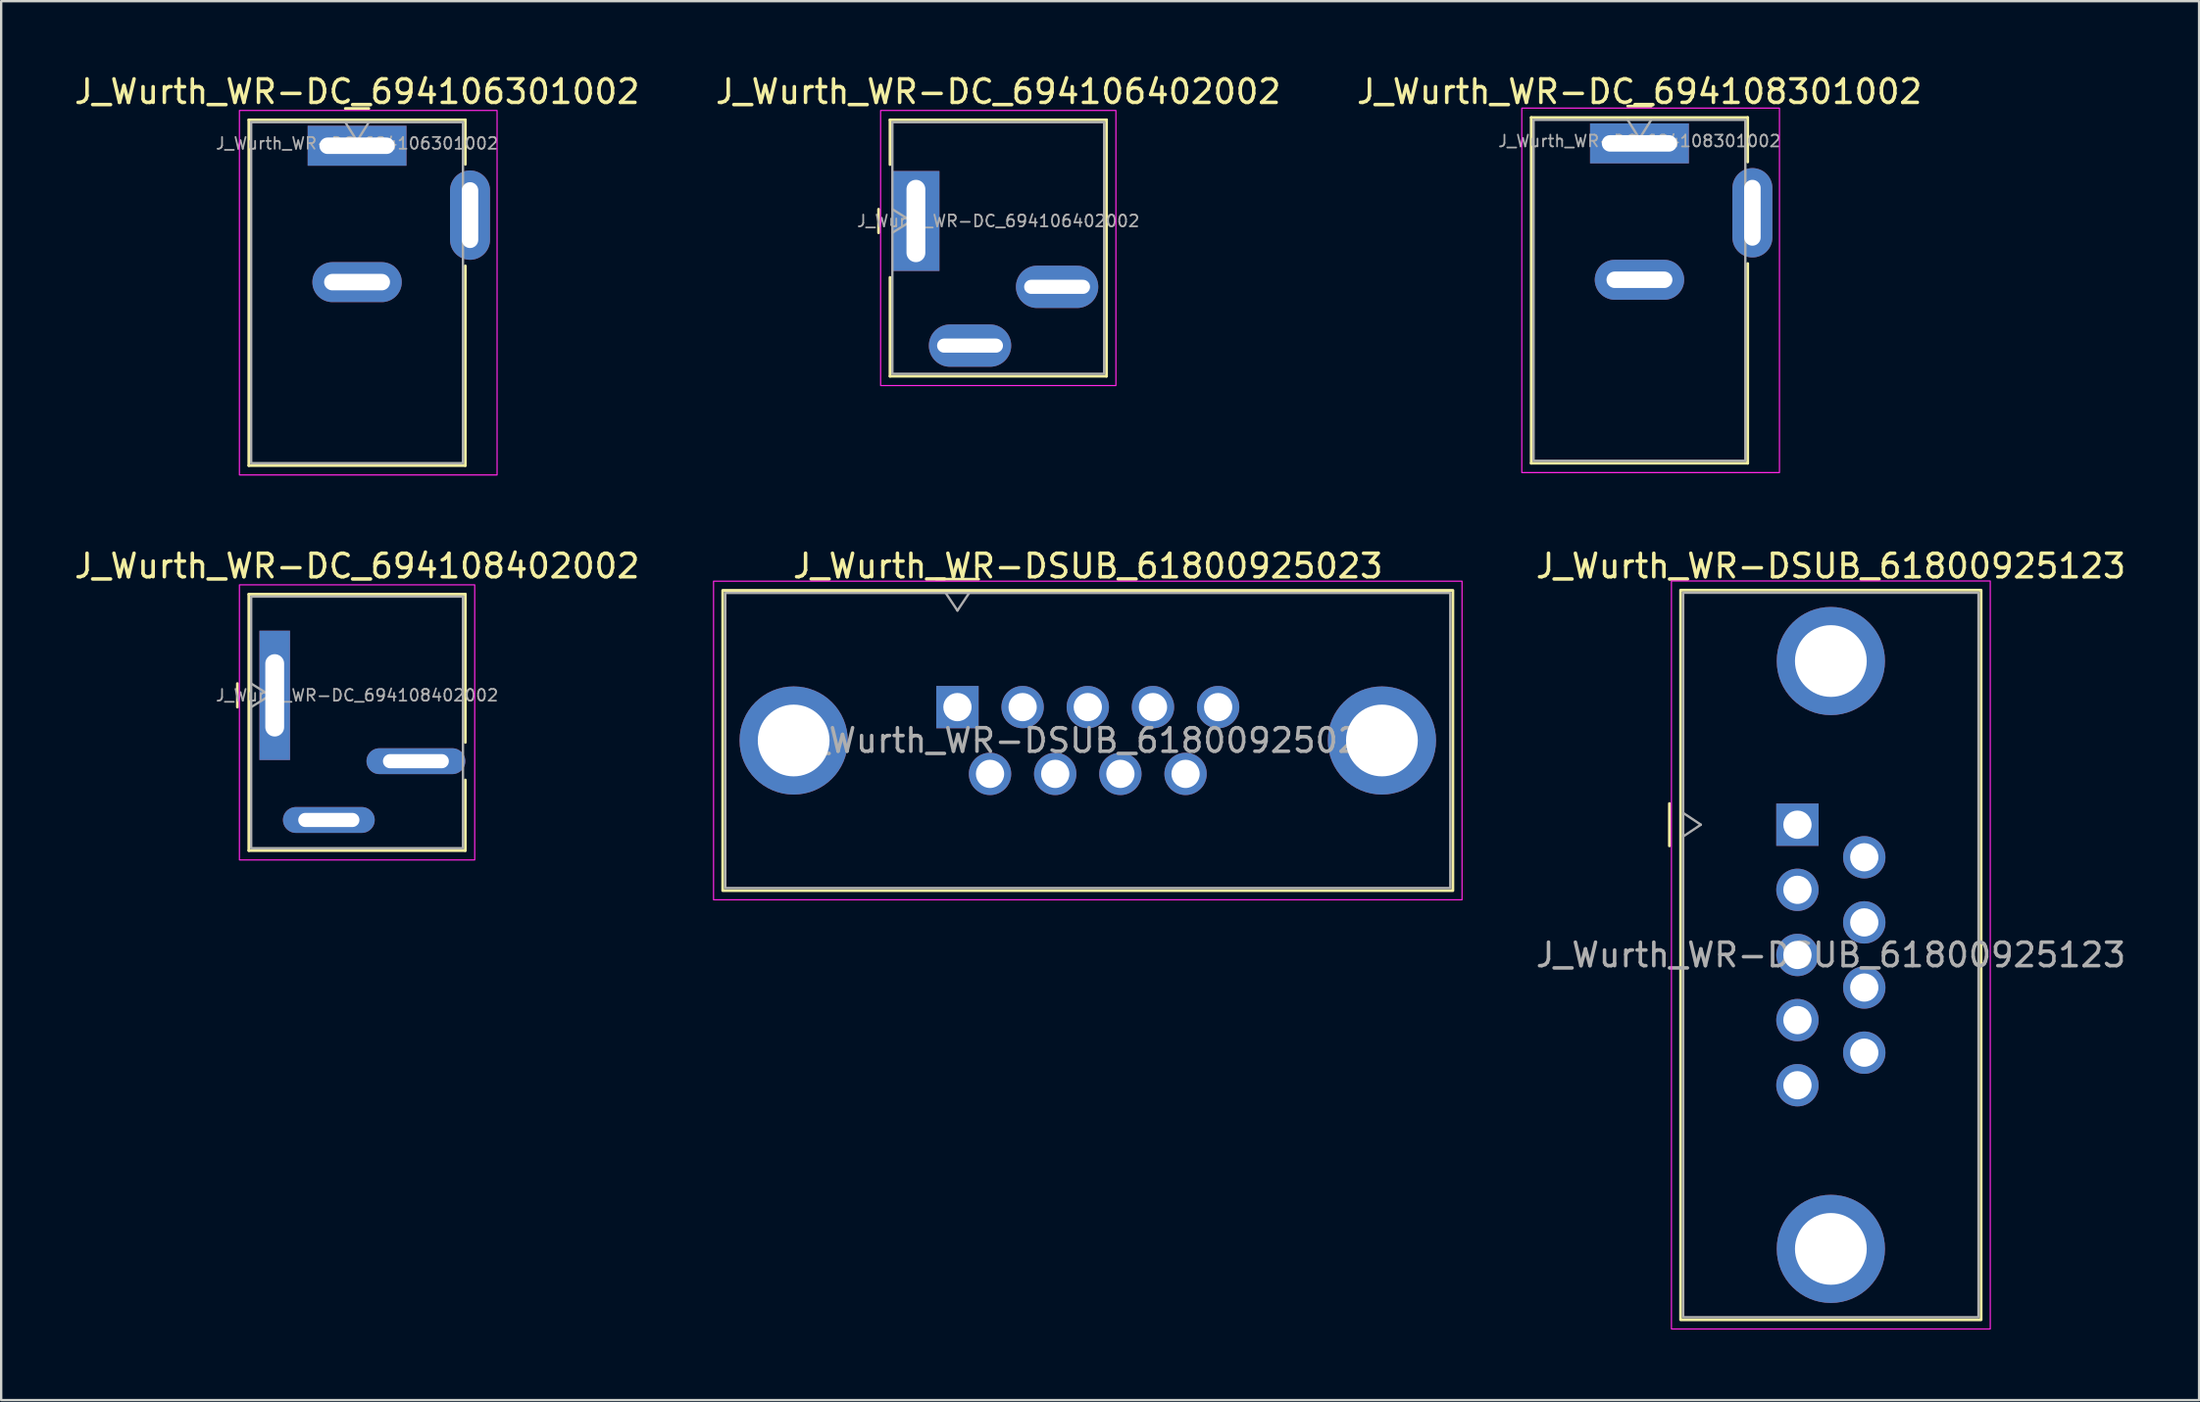
<source format=kicad_pcb>
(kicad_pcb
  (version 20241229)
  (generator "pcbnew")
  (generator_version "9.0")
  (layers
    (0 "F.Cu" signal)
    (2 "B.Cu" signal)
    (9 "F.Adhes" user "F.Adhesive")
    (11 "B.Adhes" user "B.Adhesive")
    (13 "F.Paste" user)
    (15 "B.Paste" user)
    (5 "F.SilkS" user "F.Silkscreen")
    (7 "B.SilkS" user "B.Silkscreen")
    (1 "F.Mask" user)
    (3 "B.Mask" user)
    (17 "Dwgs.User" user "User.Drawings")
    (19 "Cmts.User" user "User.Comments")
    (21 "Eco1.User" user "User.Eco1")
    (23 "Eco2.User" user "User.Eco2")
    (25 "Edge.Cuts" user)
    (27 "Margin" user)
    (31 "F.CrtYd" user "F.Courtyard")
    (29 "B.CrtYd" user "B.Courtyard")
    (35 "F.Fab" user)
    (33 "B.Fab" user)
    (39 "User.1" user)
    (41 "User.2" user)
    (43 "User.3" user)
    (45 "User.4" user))
  (footprint "J_Wurth_WR-DC_694108301002"
    (layer "F.Cu")
    (at 66.625 3.048)
    (property "Reference" "J_Wurth_WR-DC_694108301002" (at 0 -2.2 0) (unlocked yes) (layer "F.SilkS") (effects (font (size 1 1) (thickness 0.15))))
    (attr smd)
    (fp_line (start -4.6 -1.1) (end -4.6 13.6) (stroke (width 0.12) (type solid)) (layer "F.SilkS"))
    (fp_line (start -4.6 -1.1) (end 4.6 -1.1) (stroke (width 0.12) (type default)) (layer "F.SilkS"))
    (fp_line (start -4.6 13.6) (end 4.6 13.6) (stroke (width 0.12) (type solid)) (layer "F.SilkS"))
    (fp_line (start -0.5 -1.585) (end 0.5 -1.585) (stroke (width 0.12) (type default)) (layer "F.SilkS"))
    (fp_line (start 4.6 -1.1) (end 4.6 0.79) (stroke (width 0.12) (type solid)) (layer "F.SilkS"))
    (fp_line (start 4.6 5.11) (end 4.6 13.6) (stroke (width 0.12) (type solid)) (layer "F.SilkS"))
    (fp_rect (start -5 -1.5) (end 5.95 14) (stroke (width 0.05) (type default)) (fill no) (layer "F.CrtYd"))
    (fp_line (start -0.5 -1) (end 0 -0.2) (stroke (width 0.1) (type default)) (layer "F.Fab"))
    (fp_line (start 0.5 -1) (end 0 -0.2) (stroke (width 0.1) (type default)) (layer "F.Fab"))
    (fp_rect (start -4.5 -1) (end 4.5 13.5) (stroke (width 0.1) (type default)) (fill no) (layer "F.Fab"))
    (fp_text user "${REFERENCE}" (at 0 -0.1 0) (unlocked yes) (layer "F.Fab") (effects (font (size 0.5 0.5) (thickness 0.075))))
    (pad "1" thru_hole rect (at 0 0) (size 4.2 1.7) (drill oval 3.2 0.7) (layers "*.Cu" "*.Mask"))
    (pad "2" thru_hole oval (at 0 5.8) (size 3.8 1.7) (drill oval 2.8 0.7) (layers "*.Cu" "*.Mask"))
    (pad "3" thru_hole oval (at 4.8 2.95) (size 1.7 3.8) (drill oval 0.7 2.8) (layers "*.Cu" "*.Mask")))
  (footprint "J_Wurth_WR-DC_694106301002"
    (layer "F.Cu")
    (at 12.125 3.148)
    (property "Reference" "J_Wurth_WR-DC_694106301002" (at 0 -2.3 0) (unlocked yes) (layer "F.SilkS") (effects (font (size 1 1) (thickness 0.15))))
    (attr smd)
    (fp_line (start -4.6 -1.1) (end -4.6 13.6) (stroke (width 0.12) (type solid)) (layer "F.SilkS"))
    (fp_line (start -4.6 -1.1) (end 4.6 -1.1) (stroke (width 0.12) (type default)) (layer "F.SilkS"))
    (fp_line (start -4.6 13.6) (end 4.6 13.6) (stroke (width 0.12) (type solid)) (layer "F.SilkS"))
    (fp_line (start -0.5 -1.585) (end 0.5 -1.585) (stroke (width 0.12) (type default)) (layer "F.SilkS"))
    (fp_line (start 4.6 -1.1) (end 4.6 0.79) (stroke (width 0.12) (type solid)) (layer "F.SilkS"))
    (fp_line (start 4.6 5.11) (end 4.6 13.6) (stroke (width 0.12) (type solid)) (layer "F.SilkS"))
    (fp_rect (start -5 -1.5) (end 5.95 14) (stroke (width 0.05) (type default)) (fill no) (layer "F.CrtYd"))
    (fp_line (start -0.5 -1) (end 0 -0.2) (stroke (width 0.1) (type default)) (layer "F.Fab"))
    (fp_line (start 0.5 -1) (end 0 -0.2) (stroke (width 0.1) (type default)) (layer "F.Fab"))
    (fp_rect (start -4.5 -1) (end 4.5 13.5) (stroke (width 0.1) (type default)) (fill no) (layer "F.Fab"))
    (fp_text user "${REFERENCE}" (at 0 -0.1 0) (unlocked yes) (layer "F.Fab") (effects (font (size 0.5 0.5) (thickness 0.075))))
    (pad "1" thru_hole rect (at 0 0) (size 4.2 1.7) (drill oval 3.2 0.7) (layers "*.Cu" "*.Mask"))
    (pad "2" thru_hole oval (at 0 5.8) (size 3.8 1.7) (drill oval 2.8 0.7) (layers "*.Cu" "*.Mask"))
    (pad "3" thru_hole oval (at 4.8 2.95) (size 1.7 3.8) (drill oval 0.7 2.8) (layers "*.Cu" "*.Mask")))
  (footprint "J_Wurth_WR-DC_694106402002"
    (layer "F.Cu")
    (at 35.875 6.348)
    (property "Reference" "J_Wurth_WR-DC_694106402002" (at 3.5 -5.5 0) (unlocked yes) (layer "F.SilkS") (effects (font (size 1 1) (thickness 0.15))))
    (attr smd)
    (fp_line (start -1.585 -0.5) (end -1.585 0.5) (stroke (width 0.12) (type default)) (layer "F.SilkS"))
    (fp_line (start -1.1 -4.3) (end 8.1 -4.3) (stroke (width 0.12) (type solid)) (layer "F.SilkS"))
    (fp_line (start -1.1 -2.4) (end -1.1 -4.3) (stroke (width 0.12) (type default)) (layer "F.SilkS"))
    (fp_line (start -1.1 6.6) (end -1.1 2.4) (stroke (width 0.12) (type default)) (layer "F.SilkS"))
    (fp_line (start -1.1 6.6) (end 8.1 6.6) (stroke (width 0.12) (type default)) (layer "F.SilkS"))
    (fp_line (start 8.1 -4.3) (end 8.1 6.6) (stroke (width 0.12) (type solid)) (layer "F.SilkS"))
    (fp_rect (start -1.5 -4.7) (end 8.5 7) (stroke (width 0.05) (type default)) (fill no) (layer "F.CrtYd"))
    (fp_line (start -1 -0.5) (end -0.2 0) (stroke (width 0.1) (type default)) (layer "F.Fab"))
    (fp_line (start -0.2 0) (end -1 0.5) (stroke (width 0.1) (type default)) (layer "F.Fab"))
    (fp_rect (start -1 -4.2) (end 8 6.5) (stroke (width 0.1) (type default)) (fill no) (layer "F.Fab"))
    (fp_text user "${REFERENCE}" (at 3.5 0 0) (unlocked yes) (layer "F.Fab") (effects (font (size 0.5 0.5) (thickness 0.075))))
    (pad "1" thru_hole rect (at 0 0) (size 2 4.25) (drill oval 0.8 3.5) (layers "*.Cu" "*.Mask"))
    (pad "2" thru_hole oval (at 2.3 5.3) (size 3.5 1.8) (drill oval 2.8 0.6) (layers "*.Cu" "*.Mask"))
    (pad "3" thru_hole oval (at 6 2.8) (size 3.5 1.8) (drill oval 2.8 0.6) (layers "*.Cu" "*.Mask")))
  (footprint "J_Wurth_WR-DSUB_61800925123"
    (layer "F.Cu")
    (at 73.339 32.022)
    (property "Reference" "J_Wurth_WR-DSUB_61800925123" (at 1.42 -11 0) (unlocked yes) (layer "F.SilkS") (effects (font (size 1 1) (thickness 0.15))))
    (attr through_hole)
    (fp_line (start -5.44 0.9) (end -5.44 -0.9) (stroke (width 0.12) (type solid)) (layer "F.SilkS"))
    (fp_rect (start -4.965 -9.975) (end 7.805 21.055) (stroke (width 0.12) (type solid)) (fill no) (layer "F.SilkS"))
    (fp_rect (start -5.355 -10.365) (end 8.195 21.445) (stroke (width 0.05) (type solid)) (fill no) (layer "F.CrtYd"))
    (fp_line (start -4.105 0) (end -4.855 -0.5) (stroke (width 0.1) (type solid)) (layer "F.Fab"))
    (fp_line (start -4.105 0) (end -4.855 0.5) (stroke (width 0.1) (type solid)) (layer "F.Fab"))
    (fp_rect (start -4.855 -9.865) (end 7.695 20.945) (stroke (width 0.1) (type solid)) (fill no) (layer "F.Fab"))
    (fp_text user "${REFERENCE}" (at 1.42 5.54 0) (unlocked yes) (layer "F.Fab") (effects (font (size 1 1) (thickness 0.15))))
    (pad "1" thru_hole rect (at 0 0 90) (size 1.8 1.8) (drill 1.2) (layers "*.Cu" "*.Mask"))
    (pad "2" thru_hole circle (at 0 2.77 90) (size 1.8 1.8) (drill 1.2) (layers "*.Cu" "*.Mask"))
    (pad "3" thru_hole circle (at 0 5.54 90) (size 1.8 1.8) (drill 1.2) (layers "*.Cu" "*.Mask"))
    (pad "4" thru_hole circle (at 0 8.31 90) (size 1.8 1.8) (drill 1.2) (layers "*.Cu" "*.Mask"))
    (pad "5" thru_hole circle (at 0 11.08 90) (size 1.8 1.8) (drill 1.2) (layers "*.Cu" "*.Mask"))
    (pad "6" thru_hole circle (at 2.84 1.385 90) (size 1.8 1.8) (drill 1.2) (layers "*.Cu" "*.Mask"))
    (pad "7" thru_hole circle (at 2.84 4.155 90) (size 1.8 1.8) (drill 1.2) (layers "*.Cu" "*.Mask"))
    (pad "8" thru_hole circle (at 2.84 6.925 90) (size 1.8 1.8) (drill 1.2) (layers "*.Cu" "*.Mask"))
    (pad "9" thru_hole circle (at 2.84 9.695 90) (size 1.8 1.8) (drill 1.2) (layers "*.Cu" "*.Mask"))
    (pad "S1" thru_hole circle (at 1.42 18.04 90) (size 4.6 4.6) (drill 3.05) (layers "*.Cu" "*.Mask"))
    (pad "S2" thru_hole circle (at 1.42 -6.96 90) (size 4.6 4.6) (drill 3.05) (layers "*.Cu" "*.Mask")))
  (footprint "J_Wurth_WR-DSUB_61800925023"
    (layer "F.Cu")
    (at 37.64 27.021)
    (property "Reference" "J_Wurth_WR-DSUB_61800925023" (at 5.545 -6 0) (unlocked yes) (layer "F.SilkS") (effects (font (size 1 1) (thickness 0.15))))
    (attr through_hole)
    (fp_line (start 0.9 -5.44) (end -0.9 -5.44) (stroke (width 0.12) (type solid)) (layer "F.SilkS"))
    (fp_rect (start -9.975 -4.965) (end 21.055 7.805) (stroke (width 0.12) (type solid)) (fill no) (layer "F.SilkS"))
    (fp_rect (start -10.365 -5.355) (end 21.445 8.195) (stroke (width 0.05) (type solid)) (fill no) (layer "F.CrtYd"))
    (fp_line (start 0 -4.105) (end -0.5 -4.855) (stroke (width 0.1) (type solid)) (layer "F.Fab"))
    (fp_line (start 0 -4.105) (end 0.5 -4.855) (stroke (width 0.1) (type solid)) (layer "F.Fab"))
    (fp_rect (start -9.865 -4.855) (end 20.945 7.695) (stroke (width 0.1) (type solid)) (fill no) (layer "F.Fab"))
    (fp_text user "${REFERENCE}" (at 5.545 1.42 0) (unlocked yes) (layer "F.Fab") (effects (font (size 1 1) (thickness 0.15))))
    (pad "1" thru_hole rect (at 0 0) (size 1.8 1.8) (drill 1.2) (layers "*.Cu" "*.Mask"))
    (pad "2" thru_hole circle (at 2.77 0) (size 1.8 1.8) (drill 1.2) (layers "*.Cu" "*.Mask"))
    (pad "3" thru_hole circle (at 5.54 0) (size 1.8 1.8) (drill 1.2) (layers "*.Cu" "*.Mask"))
    (pad "4" thru_hole circle (at 8.31 0) (size 1.8 1.8) (drill 1.2) (layers "*.Cu" "*.Mask"))
    (pad "5" thru_hole circle (at 11.08 0) (size 1.8 1.8) (drill 1.2) (layers "*.Cu" "*.Mask"))
    (pad "6" thru_hole circle (at 1.385 2.84) (size 1.8 1.8) (drill 1.2) (layers "*.Cu" "*.Mask"))
    (pad "7" thru_hole circle (at 4.155 2.84) (size 1.8 1.8) (drill 1.2) (layers "*.Cu" "*.Mask"))
    (pad "8" thru_hole circle (at 6.925 2.84) (size 1.8 1.8) (drill 1.2) (layers "*.Cu" "*.Mask"))
    (pad "9" thru_hole circle (at 9.695 2.84) (size 1.8 1.8) (drill 1.2) (layers "*.Cu" "*.Mask"))
    (pad "S1" thru_hole circle (at -6.96 1.42) (size 4.6 4.6) (drill 3.05) (layers "*.Cu" "*.Mask"))
    (pad "S2" thru_hole circle (at 18.04 1.42) (size 4.6 4.6) (drill 3.05) (layers "*.Cu" "*.Mask")))
  (footprint "J_Wurth_WR-DC_694108402002"
    (layer "F.Cu")
    (at 8.625 26.521)
    (property "Reference" "J_Wurth_WR-DC_694108402002" (at 3.5 -5.5 0) (unlocked yes) (layer "F.SilkS") (effects (font (size 1 1) (thickness 0.15))))
    (attr smd)
    (fp_line (start -1.585 -0.5) (end -1.585 0.5) (stroke (width 0.12) (type default)) (layer "F.SilkS"))
    (fp_line (start -1.1 -4.3) (end 8.1 -4.3) (stroke (width 0.12) (type solid)) (layer "F.SilkS"))
    (fp_line (start -1.1 6.6) (end -1.1 -4.3) (stroke (width 0.12) (type default)) (layer "F.SilkS"))
    (fp_line (start -1.1 6.6) (end 8.1 6.6) (stroke (width 0.12) (type default)) (layer "F.SilkS"))
    (fp_line (start 8.1 -4.3) (end 8.1 2) (stroke (width 0.12) (type solid)) (layer "F.SilkS"))
    (fp_line (start 8.1 6.6) (end 8.1 3.6) (stroke (width 0.12) (type solid)) (layer "F.SilkS"))
    (fp_rect (start -1.5 -4.7) (end 8.5 7) (stroke (width 0.05) (type default)) (fill no) (layer "F.CrtYd"))
    (fp_line (start -1 -0.5) (end -0.2 0) (stroke (width 0.1) (type default)) (layer "F.Fab"))
    (fp_line (start -0.2 0) (end -1 0.5) (stroke (width 0.1) (type default)) (layer "F.Fab"))
    (fp_rect (start -1 -4.2) (end 8 6.5) (stroke (width 0.1) (type default)) (fill no) (layer "F.Fab"))
    (fp_text user "${REFERENCE}" (at 3.5 0 0) (unlocked yes) (layer "F.Fab") (effects (font (size 0.5 0.5) (thickness 0.075))))
    (pad "1" thru_hole rect (at 0 0) (size 1.3 5.5) (drill oval 0.8 3.5) (layers "*.Cu" "*.Mask"))
    (pad "2" thru_hole oval (at 2.3 5.3) (size 3.9 1.1) (drill oval 2.6 0.6) (layers "*.Cu" "*.Mask"))
    (pad "3" thru_hole oval (at 6 2.8) (size 4.2 1.1) (drill oval 2.8 0.6) (layers "*.Cu" "*.Mask")))
  (gr_rect
    (start -3 -3)
    (end 90.408 56.492)
    (stroke (width 0.1) (type default))
    (fill no)
    (layer "Edge.Cuts")))
</source>
